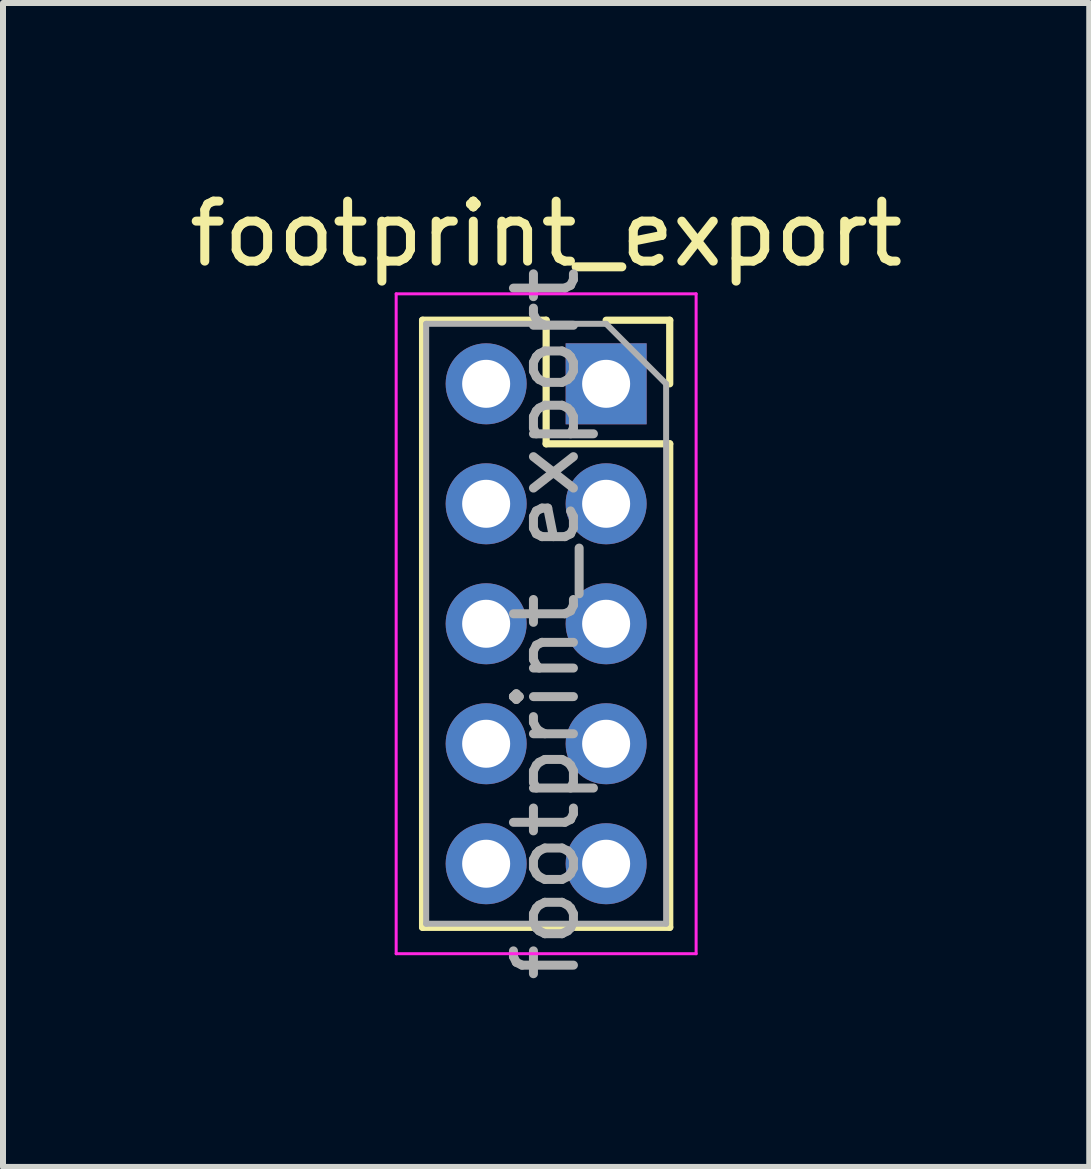
<source format=kicad_pcb>
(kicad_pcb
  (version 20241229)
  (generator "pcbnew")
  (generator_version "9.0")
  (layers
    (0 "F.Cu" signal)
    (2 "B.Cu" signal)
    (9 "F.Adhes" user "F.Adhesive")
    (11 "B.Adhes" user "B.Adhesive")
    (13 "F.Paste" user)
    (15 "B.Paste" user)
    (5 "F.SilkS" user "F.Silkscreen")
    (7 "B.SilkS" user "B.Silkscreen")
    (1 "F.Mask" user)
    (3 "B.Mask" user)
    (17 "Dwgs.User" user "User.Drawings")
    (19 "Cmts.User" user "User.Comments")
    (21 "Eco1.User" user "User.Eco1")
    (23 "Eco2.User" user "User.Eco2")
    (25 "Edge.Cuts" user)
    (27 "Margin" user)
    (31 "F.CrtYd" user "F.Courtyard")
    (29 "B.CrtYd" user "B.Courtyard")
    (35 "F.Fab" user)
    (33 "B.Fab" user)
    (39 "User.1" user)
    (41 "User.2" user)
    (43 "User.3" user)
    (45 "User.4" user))
  (footprint "footprint_export"
    (layer "F.Cu")
    (at 7.054 3.348)
    (property "Reference" "footprint_export" (at -1 -2.5 0) (layer "F.SilkS") (effects (font (size 1 1) (thickness 0.15))))
    (attr through_hole)
    (fp_line (start -3.06 -1.06) (end -3.06 9.06) (stroke (width 0.12) (type solid)) (layer "F.SilkS"))
    (fp_line (start -3.06 -1.06) (end -1 -1.06) (stroke (width 0.12) (type solid)) (layer "F.SilkS"))
    (fp_line (start -3.06 9.06) (end 1.06 9.06) (stroke (width 0.12) (type solid)) (layer "F.SilkS"))
    (fp_line (start -1 -1.06) (end -1 1) (stroke (width 0.12) (type solid)) (layer "F.SilkS"))
    (fp_line (start -1 1) (end 1.06 1) (stroke (width 0.12) (type solid)) (layer "F.SilkS"))
    (fp_line (start 0 -1.06) (end 1.06 -1.06) (stroke (width 0.12) (type solid)) (layer "F.SilkS"))
    (fp_line (start 1.06 -1.06) (end 1.06 0) (stroke (width 0.12) (type solid)) (layer "F.SilkS"))
    (fp_line (start 1.06 1) (end 1.06 9.06) (stroke (width 0.12) (type solid)) (layer "F.SilkS"))
    (fp_line (start -3.5 -1.5) (end 1.5 -1.5) (stroke (width 0.05) (type solid)) (layer "F.CrtYd"))
    (fp_line (start -3.5 9.5) (end -3.5 -1.5) (stroke (width 0.05) (type solid)) (layer "F.CrtYd"))
    (fp_line (start 1.5 -1.5) (end 1.5 9.5) (stroke (width 0.05) (type solid)) (layer "F.CrtYd"))
    (fp_line (start 1.5 9.5) (end -3.5 9.5) (stroke (width 0.05) (type solid)) (layer "F.CrtYd"))
    (fp_line (start -3 -1) (end 0 -1) (stroke (width 0.1) (type solid)) (layer "F.Fab"))
    (fp_line (start -3 9) (end -3 -1) (stroke (width 0.1) (type solid)) (layer "F.Fab"))
    (fp_line (start 0 -1) (end 1 0) (stroke (width 0.1) (type solid)) (layer "F.Fab"))
    (fp_line (start 1 0) (end 1 9) (stroke (width 0.1) (type solid)) (layer "F.Fab"))
    (fp_line (start 1 9) (end -3 9) (stroke (width 0.1) (type solid)) (layer "F.Fab"))
    (fp_text user "${REFERENCE}" (at -1 4 90) (layer "F.Fab") (effects (font (size 1 1) (thickness 0.15))))
    (pad "1" thru_hole rect (at 0 0) (size 1.35 1.35) (drill 0.8) (layers "*.Cu" "*.Mask"))
    (pad "2" thru_hole oval (at -2 0) (size 1.35 1.35) (drill 0.8) (layers "*.Cu" "*.Mask"))
    (pad "3" thru_hole oval (at 0 2) (size 1.35 1.35) (drill 0.8) (layers "*.Cu" "*.Mask"))
    (pad "4" thru_hole oval (at -2 2) (size 1.35 1.35) (drill 0.8) (layers "*.Cu" "*.Mask"))
    (pad "5" thru_hole oval (at 0 4) (size 1.35 1.35) (drill 0.8) (layers "*.Cu" "*.Mask"))
    (pad "6" thru_hole oval (at -2 4) (size 1.35 1.35) (drill 0.8) (layers "*.Cu" "*.Mask"))
    (pad "7" thru_hole oval (at 0 6) (size 1.35 1.35) (drill 0.8) (layers "*.Cu" "*.Mask"))
    (pad "8" thru_hole oval (at -2 6) (size 1.35 1.35) (drill 0.8) (layers "*.Cu" "*.Mask"))
    (pad "9" thru_hole oval (at 0 8) (size 1.35 1.35) (drill 0.8) (layers "*.Cu" "*.Mask"))
    (pad "10" thru_hole oval (at -2 8) (size 1.35 1.35) (drill 0.8) (layers "*.Cu" "*.Mask")))
  (gr_rect
    (start -3 -3)
    (end 15.107 16.402)
    (stroke (width 0.1) (type default))
    (fill no)
    (layer "Edge.Cuts")))
</source>
